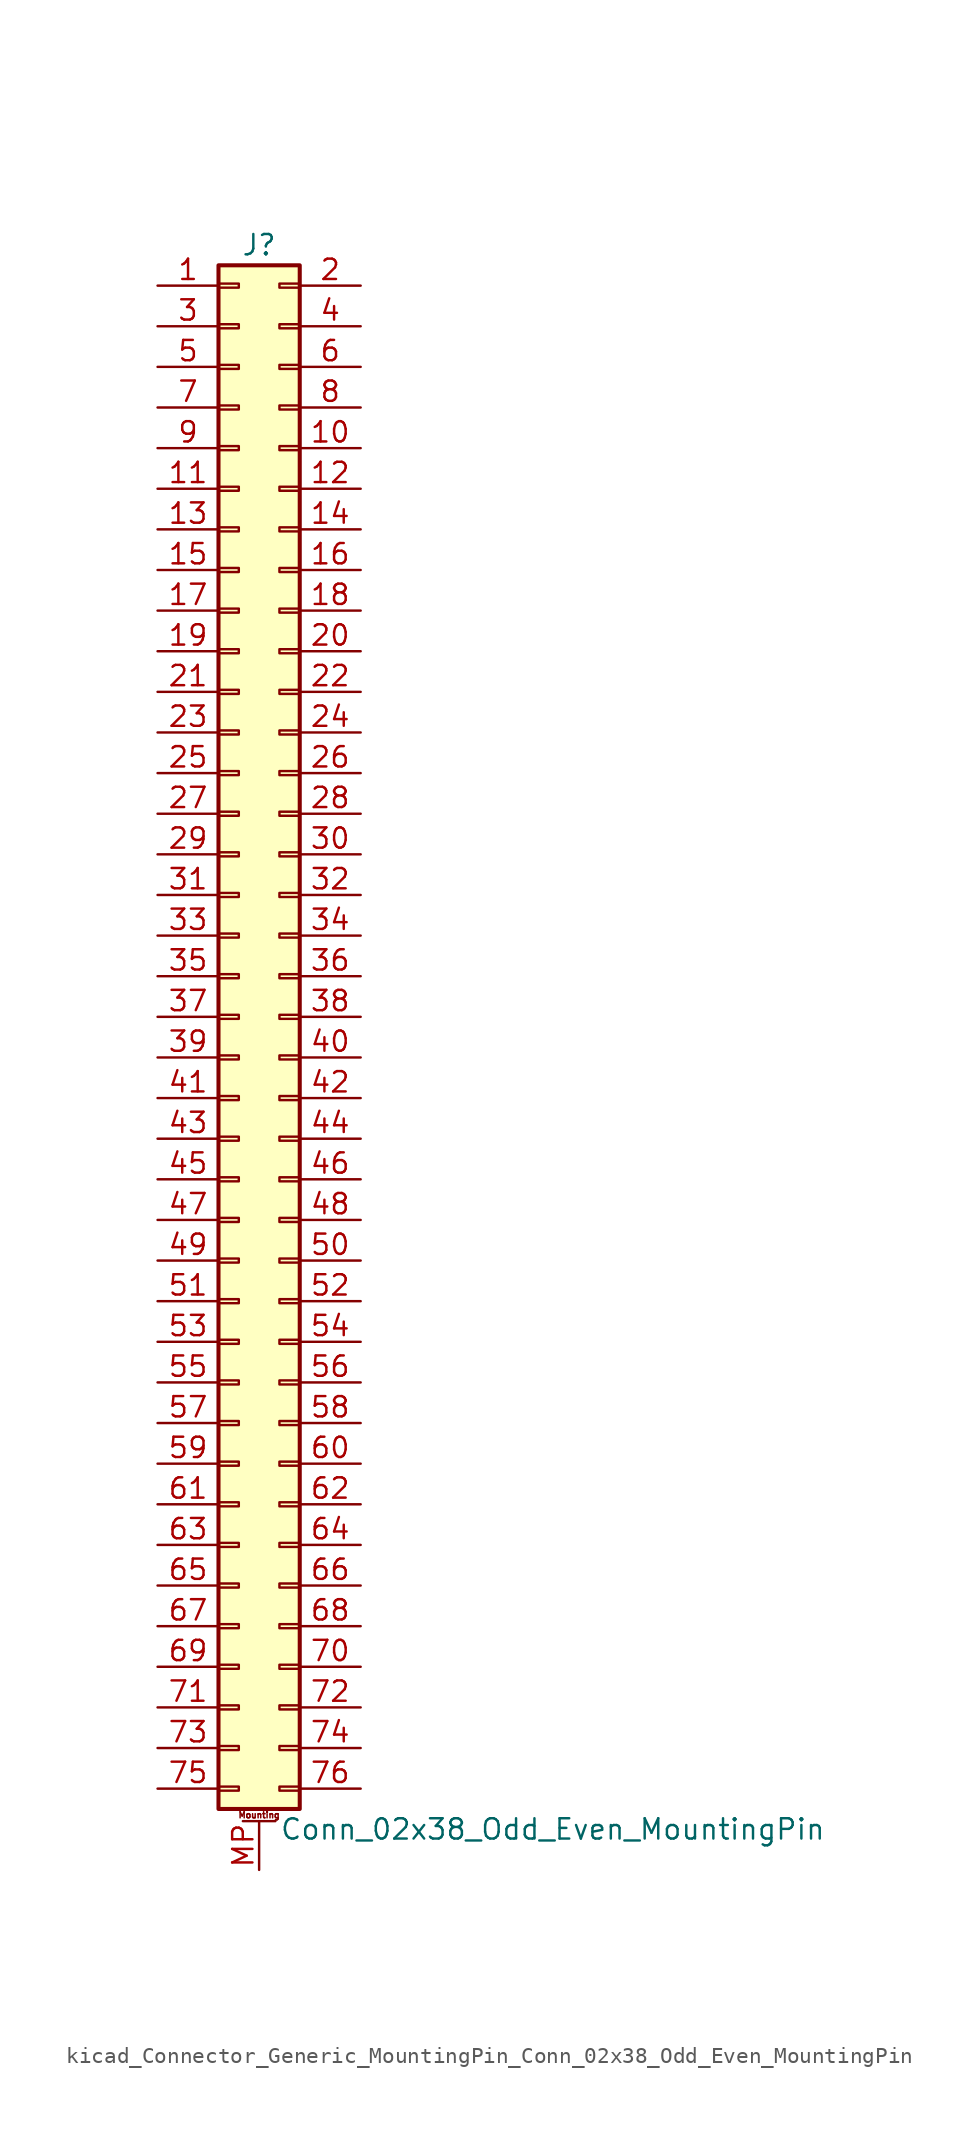
<source format=kicad_sym>
(kicad_symbol_lib
  (version 20220914)
  (generator kicad_symbol_editor)
  (symbol "kicad_Connector_Generic_MountingPin_Conn_02x38_Odd_Even_MountingPin"
    (pin_names
      (offset 1.016) hide)
    (property "Reference" "J"
      (at 1.27 48.26 0)
      (effects (font (size 1.27 1.27))))
    (property "Value" "Conn_02x38_Odd_Even_MountingPin"
      (at 2.54 -50.8 0)
      (effects (font (size 1.27 1.27)) (justify left)))
    (symbol "kicad_Connector_Generic_MountingPin_Conn_02x38_Odd_Even_MountingPin_1_1"
      (rectangle (start -1.27 -48.133) (end 0 -48.387) (stroke (width 0.152) (type default)) (fill (type none)))
      (rectangle (start -1.27 -45.593) (end 0 -45.847) (stroke (width 0.152) (type default)) (fill (type none)))
      (rectangle (start -1.27 -43.053) (end 0 -43.307) (stroke (width 0.152) (type default)) (fill (type none)))
      (rectangle (start -1.27 -40.513) (end 0 -40.767) (stroke (width 0.152) (type default)) (fill (type none)))
      (rectangle (start -1.27 -37.973) (end 0 -38.227) (stroke (width 0.152) (type default)) (fill (type none)))
      (rectangle (start -1.27 -35.433) (end 0 -35.687) (stroke (width 0.152) (type default)) (fill (type none)))
      (rectangle (start -1.27 -32.893) (end 0 -33.147) (stroke (width 0.152) (type default)) (fill (type none)))
      (rectangle (start -1.27 -30.353) (end 0 -30.607) (stroke (width 0.152) (type default)) (fill (type none)))
      (rectangle (start -1.27 -27.813) (end 0 -28.067) (stroke (width 0.152) (type default)) (fill (type none)))
      (rectangle (start -1.27 -25.273) (end 0 -25.527) (stroke (width 0.152) (type default)) (fill (type none)))
      (rectangle (start -1.27 -22.733) (end 0 -22.987) (stroke (width 0.152) (type default)) (fill (type none)))
      (rectangle (start -1.27 -20.193) (end 0 -20.447) (stroke (width 0.152) (type default)) (fill (type none)))
      (rectangle (start -1.27 -17.653) (end 0 -17.907) (stroke (width 0.152) (type default)) (fill (type none)))
      (rectangle (start -1.27 -15.113) (end 0 -15.367) (stroke (width 0.152) (type default)) (fill (type none)))
      (rectangle (start -1.27 -12.573) (end 0 -12.827) (stroke (width 0.152) (type default)) (fill (type none)))
      (rectangle (start -1.27 -10.033) (end 0 -10.287) (stroke (width 0.152) (type default)) (fill (type none)))
      (rectangle (start -1.27 -7.493) (end 0 -7.747) (stroke (width 0.152) (type default)) (fill (type none)))
      (rectangle (start -1.27 -4.953) (end 0 -5.207) (stroke (width 0.152) (type default)) (fill (type none)))
      (rectangle (start -1.27 -2.413) (end 0 -2.667) (stroke (width 0.152) (type default)) (fill (type none)))
      (rectangle (start -1.27 0.127) (end 0 -0.127) (stroke (width 0.152) (type default)) (fill (type none)))
      (rectangle (start -1.27 2.667) (end 0 2.413) (stroke (width 0.152) (type default)) (fill (type none)))
      (rectangle (start -1.27 5.207) (end 0 4.953) (stroke (width 0.152) (type default)) (fill (type none)))
      (rectangle (start -1.27 7.747) (end 0 7.493) (stroke (width 0.152) (type default)) (fill (type none)))
      (rectangle (start -1.27 10.287) (end 0 10.033) (stroke (width 0.152) (type default)) (fill (type none)))
      (rectangle (start -1.27 12.827) (end 0 12.573) (stroke (width 0.152) (type default)) (fill (type none)))
      (rectangle (start -1.27 15.367) (end 0 15.113) (stroke (width 0.152) (type default)) (fill (type none)))
      (rectangle (start -1.27 17.907) (end 0 17.653) (stroke (width 0.152) (type default)) (fill (type none)))
      (rectangle (start -1.27 20.447) (end 0 20.193) (stroke (width 0.152) (type default)) (fill (type none)))
      (rectangle (start -1.27 22.987) (end 0 22.733) (stroke (width 0.152) (type default)) (fill (type none)))
      (rectangle (start -1.27 25.527) (end 0 25.273) (stroke (width 0.152) (type default)) (fill (type none)))
      (rectangle (start -1.27 28.067) (end 0 27.813) (stroke (width 0.152) (type default)) (fill (type none)))
      (rectangle (start -1.27 30.607) (end 0 30.353) (stroke (width 0.152) (type default)) (fill (type none)))
      (rectangle (start -1.27 33.147) (end 0 32.893) (stroke (width 0.152) (type default)) (fill (type none)))
      (rectangle (start -1.27 35.687) (end 0 35.433) (stroke (width 0.152) (type default)) (fill (type none)))
      (rectangle (start -1.27 38.227) (end 0 37.973) (stroke (width 0.152) (type default)) (fill (type none)))
      (rectangle (start -1.27 40.767) (end 0 40.513) (stroke (width 0.152) (type default)) (fill (type none)))
      (rectangle (start -1.27 43.307) (end 0 43.053) (stroke (width 0.152) (type default)) (fill (type none)))
      (rectangle (start -1.27 45.847) (end 0 45.593) (stroke (width 0.152) (type default)) (fill (type none)))
      (rectangle (start -1.27 46.99) (end 3.81 -49.53) (stroke (width 0.254) (type default)) (fill (type background)))
      (polyline (pts (xy 0.254 -50.292) (xy 2.286 -50.292)) (stroke (width 0.152) (type default)) (fill (type none)))
      (rectangle (start 3.81 -48.133) (end 2.54 -48.387) (stroke (width 0.152) (type default)) (fill (type none)))
      (rectangle (start 3.81 -45.593) (end 2.54 -45.847) (stroke (width 0.152) (type default)) (fill (type none)))
      (rectangle (start 3.81 -43.053) (end 2.54 -43.307) (stroke (width 0.152) (type default)) (fill (type none)))
      (rectangle (start 3.81 -40.513) (end 2.54 -40.767) (stroke (width 0.152) (type default)) (fill (type none)))
      (rectangle (start 3.81 -37.973) (end 2.54 -38.227) (stroke (width 0.152) (type default)) (fill (type none)))
      (rectangle (start 3.81 -35.433) (end 2.54 -35.687) (stroke (width 0.152) (type default)) (fill (type none)))
      (rectangle (start 3.81 -32.893) (end 2.54 -33.147) (stroke (width 0.152) (type default)) (fill (type none)))
      (rectangle (start 3.81 -30.353) (end 2.54 -30.607) (stroke (width 0.152) (type default)) (fill (type none)))
      (rectangle (start 3.81 -27.813) (end 2.54 -28.067) (stroke (width 0.152) (type default)) (fill (type none)))
      (rectangle (start 3.81 -25.273) (end 2.54 -25.527) (stroke (width 0.152) (type default)) (fill (type none)))
      (rectangle (start 3.81 -22.733) (end 2.54 -22.987) (stroke (width 0.152) (type default)) (fill (type none)))
      (rectangle (start 3.81 -20.193) (end 2.54 -20.447) (stroke (width 0.152) (type default)) (fill (type none)))
      (rectangle (start 3.81 -17.653) (end 2.54 -17.907) (stroke (width 0.152) (type default)) (fill (type none)))
      (rectangle (start 3.81 -15.113) (end 2.54 -15.367) (stroke (width 0.152) (type default)) (fill (type none)))
      (rectangle (start 3.81 -12.573) (end 2.54 -12.827) (stroke (width 0.152) (type default)) (fill (type none)))
      (rectangle (start 3.81 -10.033) (end 2.54 -10.287) (stroke (width 0.152) (type default)) (fill (type none)))
      (rectangle (start 3.81 -7.493) (end 2.54 -7.747) (stroke (width 0.152) (type default)) (fill (type none)))
      (rectangle (start 3.81 -4.953) (end 2.54 -5.207) (stroke (width 0.152) (type default)) (fill (type none)))
      (rectangle (start 3.81 -2.413) (end 2.54 -2.667) (stroke (width 0.152) (type default)) (fill (type none)))
      (rectangle (start 3.81 0.127) (end 2.54 -0.127) (stroke (width 0.152) (type default)) (fill (type none)))
      (rectangle (start 3.81 2.667) (end 2.54 2.413) (stroke (width 0.152) (type default)) (fill (type none)))
      (rectangle (start 3.81 5.207) (end 2.54 4.953) (stroke (width 0.152) (type default)) (fill (type none)))
      (rectangle (start 3.81 7.747) (end 2.54 7.493) (stroke (width 0.152) (type default)) (fill (type none)))
      (rectangle (start 3.81 10.287) (end 2.54 10.033) (stroke (width 0.152) (type default)) (fill (type none)))
      (rectangle (start 3.81 12.827) (end 2.54 12.573) (stroke (width 0.152) (type default)) (fill (type none)))
      (rectangle (start 3.81 15.367) (end 2.54 15.113) (stroke (width 0.152) (type default)) (fill (type none)))
      (rectangle (start 3.81 17.907) (end 2.54 17.653) (stroke (width 0.152) (type default)) (fill (type none)))
      (rectangle (start 3.81 20.447) (end 2.54 20.193) (stroke (width 0.152) (type default)) (fill (type none)))
      (rectangle (start 3.81 22.987) (end 2.54 22.733) (stroke (width 0.152) (type default)) (fill (type none)))
      (rectangle (start 3.81 25.527) (end 2.54 25.273) (stroke (width 0.152) (type default)) (fill (type none)))
      (rectangle (start 3.81 28.067) (end 2.54 27.813) (stroke (width 0.152) (type default)) (fill (type none)))
      (rectangle (start 3.81 30.607) (end 2.54 30.353) (stroke (width 0.152) (type default)) (fill (type none)))
      (rectangle (start 3.81 33.147) (end 2.54 32.893) (stroke (width 0.152) (type default)) (fill (type none)))
      (rectangle (start 3.81 35.687) (end 2.54 35.433) (stroke (width 0.152) (type default)) (fill (type none)))
      (rectangle (start 3.81 38.227) (end 2.54 37.973) (stroke (width 0.152) (type default)) (fill (type none)))
      (rectangle (start 3.81 40.767) (end 2.54 40.513) (stroke (width 0.152) (type default)) (fill (type none)))
      (rectangle (start 3.81 43.307) (end 2.54 43.053) (stroke (width 0.152) (type default)) (fill (type none)))
      (rectangle (start 3.81 45.847) (end 2.54 45.593) (stroke (width 0.152) (type default)) (fill (type none)))
      (text "Mounting" (at 1.27 -49.911 0) (effects (font (size 0.381 0.381))))
      (pin passive line (at -5.08 45.72 0) (length 3.81) (name "Pin_1" (effects (font (size 1.27 1.27)))) (number "1" (effects (font (size 1.27 1.27)))))
      (pin passive line (at 7.62 35.56 180) (length 3.81) (name "Pin_10" (effects (font (size 1.27 1.27)))) (number "10" (effects (font (size 1.27 1.27)))))
      (pin passive line (at -5.08 33.02 0) (length 3.81) (name "Pin_11" (effects (font (size 1.27 1.27)))) (number "11" (effects (font (size 1.27 1.27)))))
      (pin passive line (at 7.62 33.02 180) (length 3.81) (name "Pin_12" (effects (font (size 1.27 1.27)))) (number "12" (effects (font (size 1.27 1.27)))))
      (pin passive line (at -5.08 30.48 0) (length 3.81) (name "Pin_13" (effects (font (size 1.27 1.27)))) (number "13" (effects (font (size 1.27 1.27)))))
      (pin passive line (at 7.62 30.48 180) (length 3.81) (name "Pin_14" (effects (font (size 1.27 1.27)))) (number "14" (effects (font (size 1.27 1.27)))))
      (pin passive line (at -5.08 27.94 0) (length 3.81) (name "Pin_15" (effects (font (size 1.27 1.27)))) (number "15" (effects (font (size 1.27 1.27)))))
      (pin passive line (at 7.62 27.94 180) (length 3.81) (name "Pin_16" (effects (font (size 1.27 1.27)))) (number "16" (effects (font (size 1.27 1.27)))))
      (pin passive line (at -5.08 25.4 0) (length 3.81) (name "Pin_17" (effects (font (size 1.27 1.27)))) (number "17" (effects (font (size 1.27 1.27)))))
      (pin passive line (at 7.62 25.4 180) (length 3.81) (name "Pin_18" (effects (font (size 1.27 1.27)))) (number "18" (effects (font (size 1.27 1.27)))))
      (pin passive line (at -5.08 22.86 0) (length 3.81) (name "Pin_19" (effects (font (size 1.27 1.27)))) (number "19" (effects (font (size 1.27 1.27)))))
      (pin passive line (at 7.62 45.72 180) (length 3.81) (name "Pin_2" (effects (font (size 1.27 1.27)))) (number "2" (effects (font (size 1.27 1.27)))))
      (pin passive line (at 7.62 22.86 180) (length 3.81) (name "Pin_20" (effects (font (size 1.27 1.27)))) (number "20" (effects (font (size 1.27 1.27)))))
      (pin passive line (at -5.08 20.32 0) (length 3.81) (name "Pin_21" (effects (font (size 1.27 1.27)))) (number "21" (effects (font (size 1.27 1.27)))))
      (pin passive line (at 7.62 20.32 180) (length 3.81) (name "Pin_22" (effects (font (size 1.27 1.27)))) (number "22" (effects (font (size 1.27 1.27)))))
      (pin passive line (at -5.08 17.78 0) (length 3.81) (name "Pin_23" (effects (font (size 1.27 1.27)))) (number "23" (effects (font (size 1.27 1.27)))))
      (pin passive line (at 7.62 17.78 180) (length 3.81) (name "Pin_24" (effects (font (size 1.27 1.27)))) (number "24" (effects (font (size 1.27 1.27)))))
      (pin passive line (at -5.08 15.24 0) (length 3.81) (name "Pin_25" (effects (font (size 1.27 1.27)))) (number "25" (effects (font (size 1.27 1.27)))))
      (pin passive line (at 7.62 15.24 180) (length 3.81) (name "Pin_26" (effects (font (size 1.27 1.27)))) (number "26" (effects (font (size 1.27 1.27)))))
      (pin passive line (at -5.08 12.7 0) (length 3.81) (name "Pin_27" (effects (font (size 1.27 1.27)))) (number "27" (effects (font (size 1.27 1.27)))))
      (pin passive line (at 7.62 12.7 180) (length 3.81) (name "Pin_28" (effects (font (size 1.27 1.27)))) (number "28" (effects (font (size 1.27 1.27)))))
      (pin passive line (at -5.08 10.16 0) (length 3.81) (name "Pin_29" (effects (font (size 1.27 1.27)))) (number "29" (effects (font (size 1.27 1.27)))))
      (pin passive line (at -5.08 43.18 0) (length 3.81) (name "Pin_3" (effects (font (size 1.27 1.27)))) (number "3" (effects (font (size 1.27 1.27)))))
      (pin passive line (at 7.62 10.16 180) (length 3.81) (name "Pin_30" (effects (font (size 1.27 1.27)))) (number "30" (effects (font (size 1.27 1.27)))))
      (pin passive line (at -5.08 7.62 0) (length 3.81) (name "Pin_31" (effects (font (size 1.27 1.27)))) (number "31" (effects (font (size 1.27 1.27)))))
      (pin passive line (at 7.62 7.62 180) (length 3.81) (name "Pin_32" (effects (font (size 1.27 1.27)))) (number "32" (effects (font (size 1.27 1.27)))))
      (pin passive line (at -5.08 5.08 0) (length 3.81) (name "Pin_33" (effects (font (size 1.27 1.27)))) (number "33" (effects (font (size 1.27 1.27)))))
      (pin passive line (at 7.62 5.08 180) (length 3.81) (name "Pin_34" (effects (font (size 1.27 1.27)))) (number "34" (effects (font (size 1.27 1.27)))))
      (pin passive line (at -5.08 2.54 0) (length 3.81) (name "Pin_35" (effects (font (size 1.27 1.27)))) (number "35" (effects (font (size 1.27 1.27)))))
      (pin passive line (at 7.62 2.54 180) (length 3.81) (name "Pin_36" (effects (font (size 1.27 1.27)))) (number "36" (effects (font (size 1.27 1.27)))))
      (pin passive line (at -5.08 0 0) (length 3.81) (name "Pin_37" (effects (font (size 1.27 1.27)))) (number "37" (effects (font (size 1.27 1.27)))))
      (pin passive line (at 7.62 0 180) (length 3.81) (name "Pin_38" (effects (font (size 1.27 1.27)))) (number "38" (effects (font (size 1.27 1.27)))))
      (pin passive line (at -5.08 -2.54 0) (length 3.81) (name "Pin_39" (effects (font (size 1.27 1.27)))) (number "39" (effects (font (size 1.27 1.27)))))
      (pin passive line (at 7.62 43.18 180) (length 3.81) (name "Pin_4" (effects (font (size 1.27 1.27)))) (number "4" (effects (font (size 1.27 1.27)))))
      (pin passive line (at 7.62 -2.54 180) (length 3.81) (name "Pin_40" (effects (font (size 1.27 1.27)))) (number "40" (effects (font (size 1.27 1.27)))))
      (pin passive line (at -5.08 -5.08 0) (length 3.81) (name "Pin_41" (effects (font (size 1.27 1.27)))) (number "41" (effects (font (size 1.27 1.27)))))
      (pin passive line (at 7.62 -5.08 180) (length 3.81) (name "Pin_42" (effects (font (size 1.27 1.27)))) (number "42" (effects (font (size 1.27 1.27)))))
      (pin passive line (at -5.08 -7.62 0) (length 3.81) (name "Pin_43" (effects (font (size 1.27 1.27)))) (number "43" (effects (font (size 1.27 1.27)))))
      (pin passive line (at 7.62 -7.62 180) (length 3.81) (name "Pin_44" (effects (font (size 1.27 1.27)))) (number "44" (effects (font (size 1.27 1.27)))))
      (pin passive line (at -5.08 -10.16 0) (length 3.81) (name "Pin_45" (effects (font (size 1.27 1.27)))) (number "45" (effects (font (size 1.27 1.27)))))
      (pin passive line (at 7.62 -10.16 180) (length 3.81) (name "Pin_46" (effects (font (size 1.27 1.27)))) (number "46" (effects (font (size 1.27 1.27)))))
      (pin passive line (at -5.08 -12.7 0) (length 3.81) (name "Pin_47" (effects (font (size 1.27 1.27)))) (number "47" (effects (font (size 1.27 1.27)))))
      (pin passive line (at 7.62 -12.7 180) (length 3.81) (name "Pin_48" (effects (font (size 1.27 1.27)))) (number "48" (effects (font (size 1.27 1.27)))))
      (pin passive line (at -5.08 -15.24 0) (length 3.81) (name "Pin_49" (effects (font (size 1.27 1.27)))) (number "49" (effects (font (size 1.27 1.27)))))
      (pin passive line (at -5.08 40.64 0) (length 3.81) (name "Pin_5" (effects (font (size 1.27 1.27)))) (number "5" (effects (font (size 1.27 1.27)))))
      (pin passive line (at 7.62 -15.24 180) (length 3.81) (name "Pin_50" (effects (font (size 1.27 1.27)))) (number "50" (effects (font (size 1.27 1.27)))))
      (pin passive line (at -5.08 -17.78 0) (length 3.81) (name "Pin_51" (effects (font (size 1.27 1.27)))) (number "51" (effects (font (size 1.27 1.27)))))
      (pin passive line (at 7.62 -17.78 180) (length 3.81) (name "Pin_52" (effects (font (size 1.27 1.27)))) (number "52" (effects (font (size 1.27 1.27)))))
      (pin passive line (at -5.08 -20.32 0) (length 3.81) (name "Pin_53" (effects (font (size 1.27 1.27)))) (number "53" (effects (font (size 1.27 1.27)))))
      (pin passive line (at 7.62 -20.32 180) (length 3.81) (name "Pin_54" (effects (font (size 1.27 1.27)))) (number "54" (effects (font (size 1.27 1.27)))))
      (pin passive line (at -5.08 -22.86 0) (length 3.81) (name "Pin_55" (effects (font (size 1.27 1.27)))) (number "55" (effects (font (size 1.27 1.27)))))
      (pin passive line (at 7.62 -22.86 180) (length 3.81) (name "Pin_56" (effects (font (size 1.27 1.27)))) (number "56" (effects (font (size 1.27 1.27)))))
      (pin passive line (at -5.08 -25.4 0) (length 3.81) (name "Pin_57" (effects (font (size 1.27 1.27)))) (number "57" (effects (font (size 1.27 1.27)))))
      (pin passive line (at 7.62 -25.4 180) (length 3.81) (name "Pin_58" (effects (font (size 1.27 1.27)))) (number "58" (effects (font (size 1.27 1.27)))))
      (pin passive line (at -5.08 -27.94 0) (length 3.81) (name "Pin_59" (effects (font (size 1.27 1.27)))) (number "59" (effects (font (size 1.27 1.27)))))
      (pin passive line (at 7.62 40.64 180) (length 3.81) (name "Pin_6" (effects (font (size 1.27 1.27)))) (number "6" (effects (font (size 1.27 1.27)))))
      (pin passive line (at 7.62 -27.94 180) (length 3.81) (name "Pin_60" (effects (font (size 1.27 1.27)))) (number "60" (effects (font (size 1.27 1.27)))))
      (pin passive line (at -5.08 -30.48 0) (length 3.81) (name "Pin_61" (effects (font (size 1.27 1.27)))) (number "61" (effects (font (size 1.27 1.27)))))
      (pin passive line (at 7.62 -30.48 180) (length 3.81) (name "Pin_62" (effects (font (size 1.27 1.27)))) (number "62" (effects (font (size 1.27 1.27)))))
      (pin passive line (at -5.08 -33.02 0) (length 3.81) (name "Pin_63" (effects (font (size 1.27 1.27)))) (number "63" (effects (font (size 1.27 1.27)))))
      (pin passive line (at 7.62 -33.02 180) (length 3.81) (name "Pin_64" (effects (font (size 1.27 1.27)))) (number "64" (effects (font (size 1.27 1.27)))))
      (pin passive line (at -5.08 -35.56 0) (length 3.81) (name "Pin_65" (effects (font (size 1.27 1.27)))) (number "65" (effects (font (size 1.27 1.27)))))
      (pin passive line (at 7.62 -35.56 180) (length 3.81) (name "Pin_66" (effects (font (size 1.27 1.27)))) (number "66" (effects (font (size 1.27 1.27)))))
      (pin passive line (at -5.08 -38.1 0) (length 3.81) (name "Pin_67" (effects (font (size 1.27 1.27)))) (number "67" (effects (font (size 1.27 1.27)))))
      (pin passive line (at 7.62 -38.1 180) (length 3.81) (name "Pin_68" (effects (font (size 1.27 1.27)))) (number "68" (effects (font (size 1.27 1.27)))))
      (pin passive line (at -5.08 -40.64 0) (length 3.81) (name "Pin_69" (effects (font (size 1.27 1.27)))) (number "69" (effects (font (size 1.27 1.27)))))
      (pin passive line (at -5.08 38.1 0) (length 3.81) (name "Pin_7" (effects (font (size 1.27 1.27)))) (number "7" (effects (font (size 1.27 1.27)))))
      (pin passive line (at 7.62 -40.64 180) (length 3.81) (name "Pin_70" (effects (font (size 1.27 1.27)))) (number "70" (effects (font (size 1.27 1.27)))))
      (pin passive line (at -5.08 -43.18 0) (length 3.81) (name "Pin_71" (effects (font (size 1.27 1.27)))) (number "71" (effects (font (size 1.27 1.27)))))
      (pin passive line (at 7.62 -43.18 180) (length 3.81) (name "Pin_72" (effects (font (size 1.27 1.27)))) (number "72" (effects (font (size 1.27 1.27)))))
      (pin passive line (at -5.08 -45.72 0) (length 3.81) (name "Pin_73" (effects (font (size 1.27 1.27)))) (number "73" (effects (font (size 1.27 1.27)))))
      (pin passive line (at 7.62 -45.72 180) (length 3.81) (name "Pin_74" (effects (font (size 1.27 1.27)))) (number "74" (effects (font (size 1.27 1.27)))))
      (pin passive line (at -5.08 -48.26 0) (length 3.81) (name "Pin_75" (effects (font (size 1.27 1.27)))) (number "75" (effects (font (size 1.27 1.27)))))
      (pin passive line (at 7.62 -48.26 180) (length 3.81) (name "Pin_76" (effects (font (size 1.27 1.27)))) (number "76" (effects (font (size 1.27 1.27)))))
      (pin passive line (at 7.62 38.1 180) (length 3.81) (name "Pin_8" (effects (font (size 1.27 1.27)))) (number "8" (effects (font (size 1.27 1.27)))))
      (pin passive line (at -5.08 35.56 0) (length 3.81) (name "Pin_9" (effects (font (size 1.27 1.27)))) (number "9" (effects (font (size 1.27 1.27)))))
      (pin passive line (at 1.27 -53.34 90) (length 3.048) (name "MountPin" (effects (font (size 1.27 1.27)))) (number "MP" (effects (font (size 1.27 1.27))))))))
</source>
